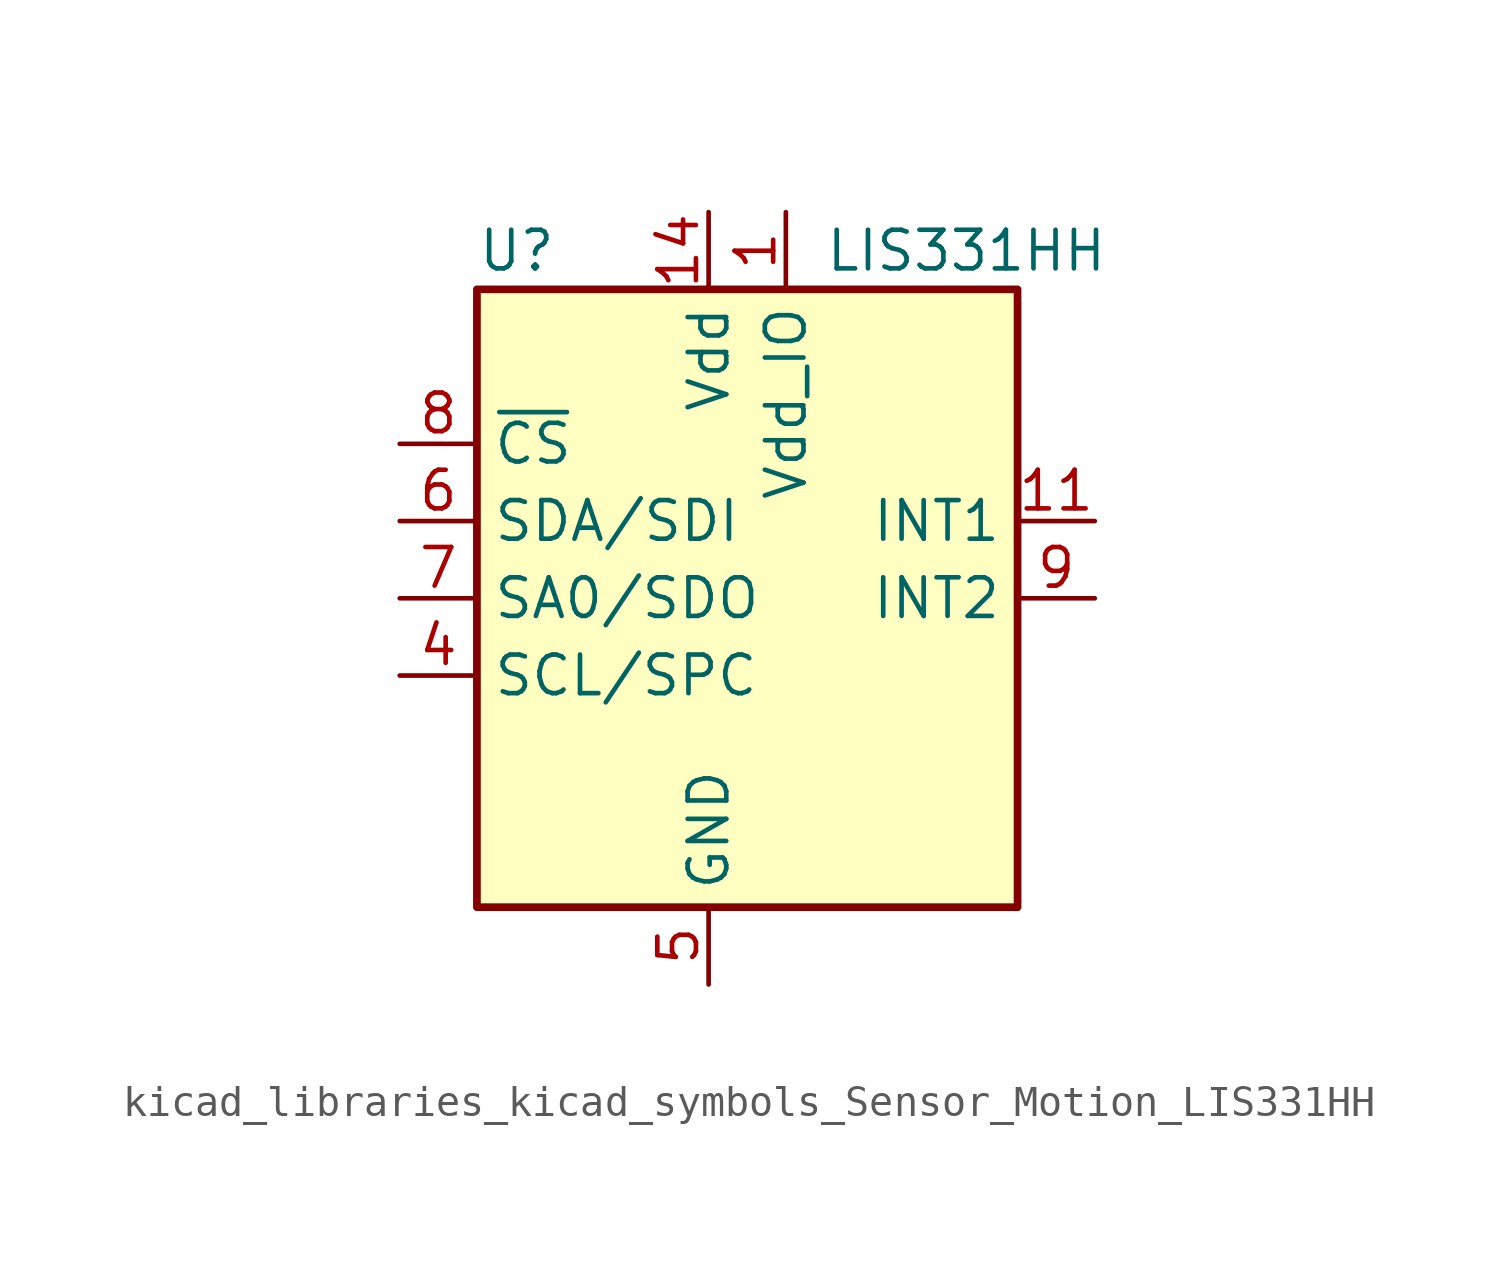
<source format=kicad_sym>
(kicad_symbol_lib
  (version 20220914)
  (generator kicad_symbol_editor)
  (symbol "kicad_libraries_kicad_symbols_Sensor_Motion_LIS331HH"
    (property "Reference" "U"
      (at -7.62 11.43 0)
      (effects (font (size 1.27 1.27)) (justify left)))
    (property "Value" "LIS331HH"
      (at 3.81 11.43 0)
      (effects (font (size 1.27 1.27)) (justify left)))
    (symbol "kicad_libraries_kicad_symbols_Sensor_Motion_LIS331HH_0_1"
      (rectangle (start -7.62 10.16) (end 10.16 -10.16) (stroke (width 0.254) (type default)) (fill (type background))))
    (symbol "kicad_libraries_kicad_symbols_Sensor_Motion_LIS331HH_1_1"
      (pin power_in line (at 2.54 12.7 270) (length 2.54) (name "Vdd_IO" (effects (font (size 1.27 1.27)))) (number "1" (effects (font (size 1.27 1.27)))))
      (pin passive line (at 0 -12.7 90) (length 2.54) hide (name "GND" (effects (font (size 1.27 1.27)))) (number "10" (effects (font (size 1.27 1.27)))))
      (pin output line (at 12.7 2.54 180) (length 2.54) (name "INT1" (effects (font (size 1.27 1.27)))) (number "11" (effects (font (size 1.27 1.27)))))
      (pin passive line (at 0 -12.7 90) (length 2.54) hide (name "GND" (effects (font (size 1.27 1.27)))) (number "12" (effects (font (size 1.27 1.27)))))
      (pin passive line (at 0 -12.7 90) (length 2.54) hide (name "GND" (effects (font (size 1.27 1.27)))) (number "13" (effects (font (size 1.27 1.27)))))
      (pin power_in line (at 0 12.7 270) (length 2.54) (name "Vdd" (effects (font (size 1.27 1.27)))) (number "14" (effects (font (size 1.27 1.27)))))
      (pin passive line (at 0 12.7 270) (length 2.54) hide (name "Vdd" (effects (font (size 1.27 1.27)))) (number "15" (effects (font (size 1.27 1.27)))))
      (pin passive line (at 0 -12.7 90) (length 2.54) hide (name "GND" (effects (font (size 1.27 1.27)))) (number "16" (effects (font (size 1.27 1.27)))))
      (pin no_connect line (at 10.16 -2.54 180) (length 2.54) hide (name "NC" (effects (font (size 1.27 1.27)))) (number "2" (effects (font (size 1.27 1.27)))))
      (pin no_connect line (at 10.16 -5.08 180) (length 2.54) hide (name "NC" (effects (font (size 1.27 1.27)))) (number "3" (effects (font (size 1.27 1.27)))))
      (pin input line (at -10.16 -2.54 0) (length 2.54) (name "SCL/SPC" (effects (font (size 1.27 1.27)))) (number "4" (effects (font (size 1.27 1.27)))))
      (pin power_in line (at 0 -12.7 90) (length 2.54) (name "GND" (effects (font (size 1.27 1.27)))) (number "5" (effects (font (size 1.27 1.27)))))
      (pin bidirectional line (at -10.16 2.54 0) (length 2.54) (name "SDA/SDI" (effects (font (size 1.27 1.27)))) (number "6" (effects (font (size 1.27 1.27)))))
      (pin output line (at -10.16 0 0) (length 2.54) (name "SA0/SDO" (effects (font (size 1.27 1.27)))) (number "7" (effects (font (size 1.27 1.27)))))
      (pin input line (at -10.16 5.08 0) (length 2.54) (name "~{CS}" (effects (font (size 1.27 1.27)))) (number "8" (effects (font (size 1.27 1.27)))))
      (pin output line (at 12.7 0 180) (length 2.54) (name "INT2" (effects (font (size 1.27 1.27)))) (number "9" (effects (font (size 1.27 1.27))))))))
</source>
